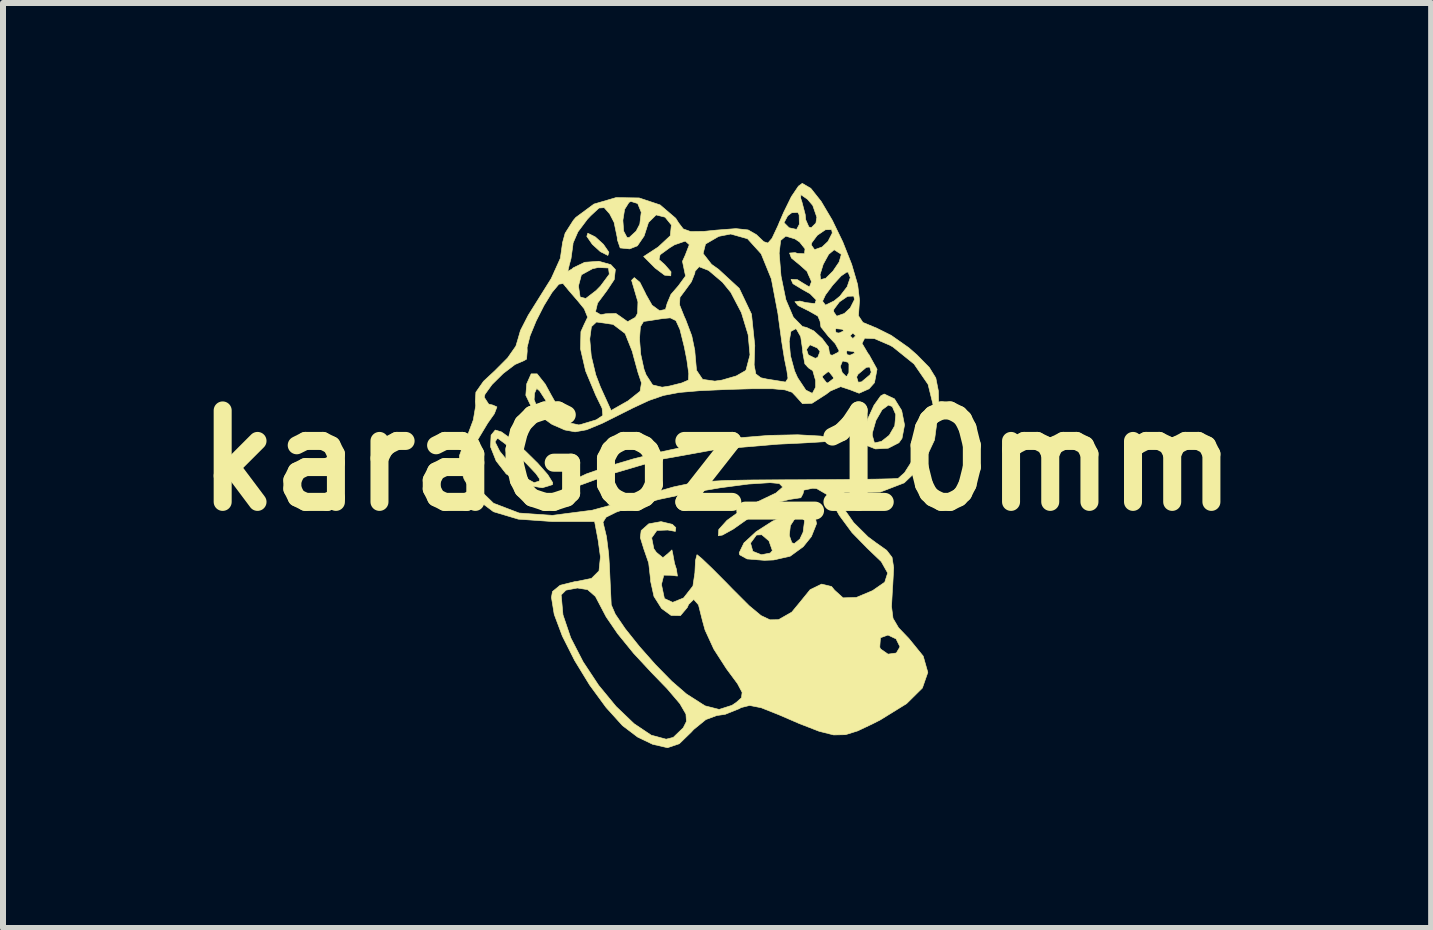
<source format=kicad_pcb>
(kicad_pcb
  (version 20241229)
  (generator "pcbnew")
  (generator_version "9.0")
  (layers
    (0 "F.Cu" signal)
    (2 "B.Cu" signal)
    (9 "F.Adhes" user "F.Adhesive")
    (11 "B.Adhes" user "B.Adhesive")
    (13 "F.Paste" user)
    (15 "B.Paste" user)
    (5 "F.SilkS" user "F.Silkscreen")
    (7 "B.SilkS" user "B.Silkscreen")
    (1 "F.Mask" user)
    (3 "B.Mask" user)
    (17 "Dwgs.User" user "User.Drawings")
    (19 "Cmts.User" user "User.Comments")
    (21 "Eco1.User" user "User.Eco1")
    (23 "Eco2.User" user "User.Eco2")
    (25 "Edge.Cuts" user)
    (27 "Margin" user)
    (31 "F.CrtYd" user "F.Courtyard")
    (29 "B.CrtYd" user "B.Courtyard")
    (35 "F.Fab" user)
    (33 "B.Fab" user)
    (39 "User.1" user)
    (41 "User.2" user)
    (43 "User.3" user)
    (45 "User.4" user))
  (footprint "karaGoz_10mm"
    (layer "F.Cu")
    (at 8.897 4.623)
    (property "Reference" "karaGoz_10mm" (at 0 0 0) (layer "F.SilkS") (effects (font (size 1.524 1.524) (thickness 0.3))))
    (attr through_hole)
    (fp_poly (pts (xy -2.028 -3.725) (xy -1.893 -3.602) (xy -1.802 -3.47) (xy -1.819 -3.417) (xy -1.944 -3.48) (xy -2.078 -3.602) (xy -2.17 -3.735) (xy -2.153 -3.787) (xy -2.028 -3.725)) (stroke (width 0.01) (type solid)) (fill yes) (layer "F.SilkS"))
    (fp_poly (pts (xy 1.722 -0.408) (xy 1.755 -0.403) (xy 1.939 -0.373) (xy 2.013 -0.35) (xy 1.96 -0.33) (xy 1.765 -0.312) (xy 1.414 -0.291) (xy 1.016 -0.272) (xy -0.012 -0.186) (xy -0.932 -0.02) (xy -1.81 0.238) (xy -2.057 0.329) (xy -2.317 0.424) (xy -2.449 0.457) (xy -2.492 0.436) (xy -2.494 0.419) (xy -2.408 0.331) (xy -2.174 0.222) (xy -1.822 0.099) (xy -1.388 -0.029) (xy -0.902 -0.151) (xy -0.398 -0.259) (xy 0.091 -0.343) (xy 0.361 -0.378) (xy 0.866 -0.419) (xy 1.344 -0.429) (xy 1.722 -0.408)) (stroke (width 0.01) (type solid)) (fill yes) (layer "F.SilkS"))
    (fp_poly (pts (xy 2.956 -1.028) (xy 3.076 -0.834) (xy 3.124 -0.592) (xy 3.082 -0.369) (xy 3.03 -0.296) (xy 2.852 -0.205) (xy 2.639 -0.193) (xy 2.474 -0.258) (xy 2.442 -0.305) (xy 2.443 -0.422) (xy 2.586 -0.422) (xy 2.623 -0.293) (xy 2.74 -0.319) (xy 2.869 -0.421) (xy 2.961 -0.579) (xy 2.978 -0.764) (xy 2.92 -0.899) (xy 2.856 -0.924) (xy 2.75 -0.846) (xy 2.647 -0.667) (xy 2.589 -0.464) (xy 2.586 -0.422) (xy 2.443 -0.422) (xy 2.444 -0.466) (xy 2.511 -0.694) (xy 2.615 -0.92) (xy 2.726 -1.076) (xy 2.785 -1.108) (xy 2.956 -1.028)) (stroke (width 0.01) (type solid)) (fill yes) (layer "F.SilkS"))
    (fp_poly (pts (xy -3.593 -0.477) (xy -3.414 -0.349) (xy -3.198 -0.162) (xy -2.987 0.046) (xy -2.82 0.236) (xy -2.738 0.369) (xy -2.742 0.402) (xy -2.911 0.454) (xy -3.178 0.411) (xy -3.292 0.37) (xy -3.513 0.222) (xy -3.681 0.006) (xy -3.773 -0.226) (xy -3.77 -0.311) (xy -3.699 -0.311) (xy -3.621 -0.155) (xy -3.441 0.067) (xy -3.427 0.083) (xy -3.214 0.277) (xy -3.048 0.369) (xy -2.961 0.342) (xy -2.956 0.307) (xy -3.017 0.219) (xy -3.168 0.059) (xy -3.357 -0.125) (xy -3.534 -0.282) (xy -3.648 -0.366) (xy -3.66 -0.369) (xy -3.699 -0.311) (xy -3.77 -0.311) (xy -3.765 -0.423) (xy -3.695 -0.508) (xy -3.593 -0.477)) (stroke (width 0.01) (type solid)) (fill yes) (layer "F.SilkS"))
    (fp_poly (pts (xy 1.626 0.893) (xy 1.658 1.052) (xy 1.572 1.267) (xy 1.436 1.436) (xy 1.219 1.594) (xy 0.943 1.657) (xy 0.789 1.663) (xy 0.501 1.64) (xy 0.377 1.571) (xy 0.369 1.538) (xy 0.447 1.376) (xy 0.558 1.376) (xy 0.596 1.513) (xy 0.739 1.57) (xy 0.888 1.541) (xy 0.922 1.501) (xy 0.865 1.339) (xy 0.759 1.248) (xy 1.204 1.248) (xy 1.246 1.369) (xy 1.287 1.385) (xy 1.38 1.309) (xy 1.434 1.194) (xy 1.459 0.999) (xy 1.385 0.933) (xy 1.299 0.966) (xy 1.222 1.084) (xy 1.204 1.248) (xy 0.759 1.248) (xy 0.747 1.237) (xy 0.657 1.241) (xy 0.558 1.376) (xy 0.447 1.376) (xy 0.449 1.373) (xy 0.652 1.185) (xy 0.926 1.01) (xy 1.218 0.881) (xy 1.473 0.831) (xy 1.626 0.893)) (stroke (width 0.01) (type solid)) (fill yes) (layer "F.SilkS"))
    (fp_poly (pts (xy 1.562 -4.535) (xy 1.735 -4.317) (xy 1.919 -4.006) (xy 2.095 -3.643) (xy 2.243 -3.27) (xy 2.343 -2.929) (xy 2.375 -2.663) (xy 2.37 -2.615) (xy 2.356 -2.413) (xy 2.43 -2.301) (xy 2.637 -2.215) (xy 2.645 -2.213) (xy 2.902 -2.085) (xy 3.195 -1.879) (xy 3.331 -1.76) (xy 3.537 -1.55) (xy 3.645 -1.375) (xy 3.688 -1.158) (xy 3.694 -0.869) (xy 3.624 -0.344) (xy 3.427 0.076) (xy 3.119 0.372) (xy 2.719 0.526) (xy 2.339 0.535) (xy 2.133 0.532) (xy 2.034 0.573) (xy 2.032 0.582) (xy 2.101 0.785) (xy 2.277 1.035) (xy 2.516 1.272) (xy 2.645 1.368) (xy 2.825 1.495) (xy 2.916 1.613) (xy 2.943 1.785) (xy 2.928 2.071) (xy 2.924 2.12) (xy 2.907 2.431) (xy 2.932 2.629) (xy 3.024 2.786) (xy 3.195 2.964) (xy 3.435 3.259) (xy 3.512 3.53) (xy 3.421 3.791) (xy 3.158 4.051) (xy 2.718 4.323) (xy 2.592 4.387) (xy 2.343 4.505) (xy 2.141 4.568) (xy 1.942 4.572) (xy 1.7 4.511) (xy 1.368 4.382) (xy 1.035 4.238) (xy 0.736 4.119) (xy 0.543 4.081) (xy 0.402 4.116) (xy 0.367 4.136) (xy 0.135 4.229) (xy -0.005 4.249) (xy -0.186 4.316) (xy -0.39 4.482) (xy -0.43 4.526) (xy -0.629 4.719) (xy -0.825 4.785) (xy -1.073 4.728) (xy -1.323 4.608) (xy -1.575 4.417) (xy -1.849 4.114) (xy -2.123 3.74) (xy -2.373 3.331) (xy -2.577 2.926) (xy -2.713 2.563) (xy -2.759 2.28) (xy -2.752 2.24) (xy -2.597 2.24) (xy -2.567 2.572) (xy -2.438 2.953) (xy -2.232 3.353) (xy -1.973 3.745) (xy -1.682 4.098) (xy -1.382 4.385) (xy -1.097 4.576) (xy -0.848 4.643) (xy -0.729 4.613) (xy -0.563 4.453) (xy -0.51 4.348) (xy -0.518 4.225) (xy -0.619 4.051) (xy -0.831 3.802) (xy -1.09 3.535) (xy -1.391 3.211) (xy -1.657 2.884) (xy -1.847 2.606) (xy -1.897 2.511) (xy -2.026 2.265) (xy -2.157 2.151) (xy -2.327 2.124) (xy -2.517 2.16) (xy -2.597 2.24) (xy -2.752 2.24) (xy -2.742 2.183) (xy -2.615 2.079) (xy -2.366 2.017) (xy -2.338 2.015) (xy -2.092 1.964) (xy -1.967 1.839) (xy -1.943 1.605) (xy -1.981 1.33) (xy -2.038 1.027) (xy -1.9 1.027) (xy -1.885 1.091) (xy -1.842 1.269) (xy -1.806 1.554) (xy -1.793 1.755) (xy -1.779 2.065) (xy -1.767 2.312) (xy -1.763 2.403) (xy -1.696 2.559) (xy -1.529 2.804) (xy -1.294 3.098) (xy -1.025 3.402) (xy -0.754 3.678) (xy -0.515 3.885) (xy -0.506 3.892) (xy -0.201 4.087) (xy 0.035 4.147) (xy 0.248 4.079) (xy 0.32 4.031) (xy 0.407 3.953) (xy 0.418 3.863) (xy 0.341 3.718) (xy 0.161 3.475) (xy 0.152 3.462) (xy -0.052 3.145) (xy -0.068 3.111) (xy 2.711 3.111) (xy 2.725 3.14) (xy 2.849 3.226) (xy 2.987 3.207) (xy 3.048 3.104) (xy 2.983 2.972) (xy 2.848 2.908) (xy 2.728 2.951) (xy 2.722 2.96) (xy 2.711 3.111) (xy -0.068 3.111) (xy -0.2 2.824) (xy -0.244 2.664) (xy -0.309 2.405) (xy -0.388 2.314) (xy -0.474 2.398) (xy -0.495 2.448) (xy -0.61 2.584) (xy -0.765 2.581) (xy -0.924 2.465) (xy -1.051 2.264) (xy -1.108 2.006) (xy -1.108 1.978) (xy -1.139 1.707) (xy -1.213 1.493) (xy -1.215 1.489) (xy -1.278 1.285) (xy -1.264 1.167) (xy -1.138 1.055) (xy -0.933 1.018) (xy -0.745 1.063) (xy -0.687 1.118) (xy -0.694 1.181) (xy -0.82 1.158) (xy -1.002 1.165) (xy -1.089 1.288) (xy -1.053 1.47) (xy -1.011 1.53) (xy -0.902 1.619) (xy -0.818 1.551) (xy -0.752 1.489) (xy -0.74 1.54) (xy -0.708 1.715) (xy -0.677 1.81) (xy -0.66 1.925) (xy -0.769 1.912) (xy -0.887 1.91) (xy -0.923 2.051) (xy -0.924 2.076) (xy -0.877 2.299) (xy -0.739 2.363) (xy -0.558 2.29) (xy -0.402 2.091) (xy -0.369 1.871) (xy -0.359 1.666) (xy -0.335 1.571) (xy -0.332 1.57) (xy -0.256 1.632) (xy -0.083 1.797) (xy 0.153 2.034) (xy 0.254 2.138) (xy 0.536 2.42) (xy 0.734 2.584) (xy 0.882 2.654) (xy 1.015 2.652) (xy 1.031 2.648) (xy 1.245 2.526) (xy 1.383 2.359) (xy 1.551 2.152) (xy 1.742 2.059) (xy 1.908 2.099) (xy 1.958 2.16) (xy 2.1 2.288) (xy 2.322 2.281) (xy 2.591 2.168) (xy 2.794 2.027) (xy 2.843 1.874) (xy 2.736 1.684) (xy 2.503 1.461) (xy 2.25 1.202) (xy 2.036 0.912) (xy 1.978 0.807) (xy 1.826 0.564) (xy 1.659 0.467) (xy 1.594 0.462) (xy 1.447 0.493) (xy 1.432 0.554) (xy 1.396 0.62) (xy 1.218 0.647) (xy 1.213 0.647) (xy 0.931 0.718) (xy 0.583 0.919) (xy 0.506 0.976) (xy 0.268 1.144) (xy 0.09 1.242) (xy 0.022 1.254) (xy 0.029 1.149) (xy 0.165 0.998) (xy 0.393 0.833) (xy 0.676 0.686) (xy 0.702 0.675) (xy 0.982 0.541) (xy 1.095 0.442) (xy 1.037 0.383) (xy 0.884 0.369) (xy 0.525 0.392) (xy 0.054 0.454) (xy -0.462 0.542) (xy -0.957 0.646) (xy -1.358 0.751) (xy -1.677 0.859) (xy -1.848 0.944) (xy -1.9 1.027) (xy -2.038 1.027) (xy -2.04 1.016) (xy -2.752 1.016) (xy -3.311 0.977) (xy -3.725 0.853) (xy -4.019 0.632) (xy -4.213 0.313) (xy -4.282 0.116) (xy -4.126 0.116) (xy -4.023 0.42) (xy -4.021 0.424) (xy -3.724 0.712) (xy -3.297 0.875) (xy -2.747 0.914) (xy -2.08 0.828) (xy -1.328 0.624) (xy -0.995 0.517) (xy -0.721 0.439) (xy -0.465 0.385) (xy -0.188 0.351) (xy 0.15 0.332) (xy 0.589 0.324) (xy 1.167 0.321) (xy 1.247 0.321) (xy 1.787 0.319) (xy 2.267 0.315) (xy 2.653 0.31) (xy 2.914 0.304) (xy 3.017 0.298) (xy 3.124 0.203) (xy 3.261 -0.012) (xy 3.403 -0.293) (xy 3.522 -0.585) (xy 3.593 -0.834) (xy 3.602 -0.919) (xy 3.516 -1.269) (xy 3.282 -1.609) (xy 2.932 -1.891) (xy 2.884 -1.919) (xy 2.624 -2.031) (xy 2.46 -2.038) (xy 2.416 -1.952) (xy 2.516 -1.782) (xy 2.531 -1.765) (xy 2.666 -1.521) (xy 2.623 -1.296) (xy 2.533 -1.195) (xy 2.367 -1.121) (xy 2.217 -1.179) (xy 2.06 -1.231) (xy 1.89 -1.159) (xy 1.817 -1.104) (xy 1.583 -0.954) (xy 1.424 -0.947) (xy 1.311 -1.073) (xy 1.25 -1.137) (xy 1.132 -1.177) (xy 0.924 -1.196) (xy 0.594 -1.196) (xy 0.175 -1.184) (xy -0.293 -1.163) (xy -0.631 -1.134) (xy -0.893 -1.084) (xy -1.133 -1.001) (xy -1.406 -0.874) (xy -1.545 -0.804) (xy -1.917 -0.618) (xy -2.175 -0.512) (xy -2.365 -0.478) (xy -2.536 -0.509) (xy -2.735 -0.596) (xy -2.757 -0.607) (xy -3.061 -0.825) (xy -3.152 -1.016) (xy -3.048 -1.016) (xy -2.989 -0.864) (xy -2.906 -0.831) (xy -2.814 -0.863) (xy -2.849 -0.989) (xy -2.863 -1.016) (xy -2.957 -1.161) (xy -3.005 -1.201) (xy -3.04 -1.123) (xy -3.048 -1.016) (xy -3.152 -1.016) (xy -3.186 -1.087) (xy -3.171 -1.278) (xy -3.097 -1.444) (xy -2.998 -1.444) (xy -2.863 -1.274) (xy -2.76 -1.085) (xy -2.587 -0.78) (xy -2.443 -0.624) (xy -2.303 -0.593) (xy -2.271 -0.6) (xy -2.013 -0.678) (xy -1.903 -0.751) (xy -1.915 -0.871) (xy -2.021 -1.088) (xy -2.19 -1.493) (xy -2.275 -1.861) (xy -2.271 -2.025) (xy -2.121 -2.025) (xy -2.096 -1.742) (xy -2.021 -1.429) (xy -1.943 -1.225) (xy -1.765 -0.834) (xy -1.483 -0.994) (xy -1.282 -1.154) (xy -1.259 -1.293) (xy -1.317 -1.467) (xy -1.39 -1.732) (xy -1.412 -1.817) (xy -1.495 -2.025) (xy -1.292 -2.025) (xy -1.271 -1.768) (xy -1.217 -1.521) (xy -1.182 -1.428) (xy -1.073 -1.259) (xy -0.915 -1.222) (xy -0.797 -1.24) (xy -0.588 -1.292) (xy -0.477 -1.34) (xy -0.471 -1.447) (xy -0.503 -1.677) (xy -0.546 -1.895) (xy -0.618 -2.184) (xy -0.685 -2.331) (xy -0.779 -2.377) (xy -0.908 -2.365) (xy -1.116 -2.332) (xy -1.224 -2.317) (xy -1.277 -2.229) (xy -1.292 -2.025) (xy -1.495 -2.025) (xy -1.531 -2.116) (xy -1.731 -2.268) (xy -2.009 -2.308) (xy -2.093 -2.23) (xy -2.121 -2.025) (xy -2.271 -2.025) (xy -2.268 -2.147) (xy -2.214 -2.267) (xy -2.156 -2.388) (xy -2.213 -2.528) (xy -2.319 -2.658) (xy -2.471 -2.834) (xy -2.531 -2.908) (xy -2.309 -2.908) (xy -2.281 -2.725) (xy -2.187 -2.7) (xy -2.015 -2.832) (xy -1.94 -2.909) (xy -1.795 -3.104) (xy -1.809 -3.208) (xy -1.981 -3.216) (xy -2.074 -3.196) (xy -2.26 -3.094) (xy -2.309 -2.908) (xy -2.531 -2.908) (xy -2.559 -2.941) (xy -2.564 -2.949) (xy -2.635 -2.938) (xy -2.75 -2.8) (xy -2.884 -2.581) (xy -3.014 -2.325) (xy -3.116 -2.077) (xy -3.165 -1.883) (xy -3.163 -1.824) (xy -3.174 -1.689) (xy -3.219 -1.663) (xy -3.366 -1.6) (xy -3.563 -1.45) (xy -3.749 -1.266) (xy -3.866 -1.104) (xy -3.879 -1.054) (xy -3.805 -0.94) (xy -3.736 -0.924) (xy -3.667 -0.893) (xy -3.71 -0.78) (xy -3.821 -0.623) (xy -4.059 -0.227) (xy -4.126 0.116) (xy -4.282 0.116) (xy -4.29 0.093) (xy -4.292 -0.082) (xy -4.211 -0.301) (xy -4.164 -0.401) (xy -4.061 -0.676) (xy -4.021 -0.914) (xy -4.028 -0.98) (xy -4.018 -1.138) (xy -3.891 -1.32) (xy -3.702 -1.496) (xy -3.489 -1.71) (xy -3.352 -1.906) (xy -3.325 -1.995) (xy -3.275 -2.168) (xy -3.146 -2.42) (xy -3.042 -2.586) (xy -2.763 -3.032) (xy -2.709 -3.151) (xy -2.487 -3.151) (xy -2.417 -3.191) (xy -2.397 -3.21) (xy -2.205 -3.303) (xy -1.97 -3.32) (xy -1.77 -3.264) (xy -1.694 -3.182) (xy -1.713 -3.015) (xy -1.836 -2.83) (xy -1.991 -2.622) (xy -2.025 -2.479) (xy -1.937 -2.429) (xy -1.855 -2.445) (xy -1.685 -2.45) (xy -1.619 -2.405) (xy -1.489 -2.313) (xy -1.36 -2.386) (xy -1.324 -2.454) (xy -1.318 -2.643) (xy -1.371 -2.823) (xy -1.424 -3.003) (xy -1.379 -3.048) (xy -1.286 -2.97) (xy -1.191 -2.782) (xy -1.187 -2.771) (xy -1.083 -2.588) (xy -0.958 -2.497) (xy -0.859 -2.517) (xy -0.838 -2.594) (xy -0.625 -2.594) (xy -0.545 -2.394) (xy -0.524 -2.35) (xy -0.421 -2.077) (xy -0.37 -1.832) (xy -0.369 -1.806) (xy -0.342 -1.503) (xy -0.24 -1.352) (xy -0.037 -1.323) (xy 0.082 -1.34) (xy 0.32 -1.409) (xy 0.472 -1.496) (xy 0.483 -1.509) (xy 0.549 -1.76) (xy 0.518 -2.097) (xy 0.406 -2.464) (xy 0.23 -2.8) (xy 0.091 -2.971) (xy -0.14 -3.167) (xy -0.299 -3.229) (xy -0.368 -3.151) (xy -0.369 -3.125) (xy -0.427 -2.978) (xy -0.524 -2.845) (xy -0.618 -2.719) (xy -0.625 -2.594) (xy -0.838 -2.594) (xy -0.831 -2.618) (xy -0.768 -2.768) (xy -0.644 -2.911) (xy -0.525 -3.074) (xy -0.545 -3.169) (xy -0.576 -3.319) (xy -0.528 -3.425) (xy -0.519 -3.449) (xy -0.232 -3.449) (xy -0.092 -3.269) (xy 0.025 -3.186) (xy 0.37 -2.868) (xy 0.574 -2.439) (xy 0.629 -1.914) (xy 0.627 -1.874) (xy 0.618 -1.592) (xy 0.646 -1.443) (xy 0.73 -1.379) (xy 0.831 -1.357) (xy 1.039 -1.324) (xy 1.142 -1.307) (xy 1.182 -1.37) (xy 1.163 -1.501) (xy 1.124 -1.69) (xy 1.077 -1.984) (xy 1.202 -1.984) (xy 1.223 -1.747) (xy 1.292 -1.493) (xy 1.342 -1.381) (xy 1.48 -1.173) (xy 1.588 -1.119) (xy 1.642 -1.221) (xy 1.642 -1.333) (xy 1.627 -1.385) (xy 1.755 -1.385) (xy 1.825 -1.296) (xy 1.847 -1.293) (xy 1.937 -1.363) (xy 1.94 -1.385) (xy 1.935 -1.391) (xy 2.326 -1.391) (xy 2.352 -1.305) (xy 2.407 -1.31) (xy 2.547 -1.427) (xy 2.569 -1.472) (xy 2.544 -1.558) (xy 2.488 -1.553) (xy 2.348 -1.436) (xy 2.326 -1.391) (xy 1.935 -1.391) (xy 1.869 -1.475) (xy 1.847 -1.478) (xy 1.758 -1.408) (xy 1.755 -1.385) (xy 1.627 -1.385) (xy 1.595 -1.497) (xy 1.527 -1.541) (xy 1.502 -1.568) (xy 2.054 -1.568) (xy 2.086 -1.465) (xy 2.157 -1.395) (xy 2.197 -1.465) (xy 2.198 -1.609) (xy 2.18 -1.638) (xy 2.091 -1.659) (xy 2.054 -1.568) (xy 1.502 -1.568) (xy 1.463 -1.61) (xy 1.428 -1.802) (xy 1.427 -1.841) (xy 1.425 -1.851) (xy 1.491 -1.851) (xy 1.521 -1.76) (xy 1.636 -1.703) (xy 1.677 -1.718) (xy 1.716 -1.816) (xy 1.672 -1.875) (xy 1.548 -1.928) (xy 1.491 -1.851) (xy 1.425 -1.851) (xy 1.394 -2.064) (xy 1.322 -2.19) (xy 1.311 -2.195) (xy 1.231 -2.152) (xy 1.202 -1.984) (xy 1.077 -1.984) (xy 1.075 -2.002) (xy 1.024 -2.374) (xy 1.015 -2.447) (xy 0.905 -3.026) (xy 0.735 -3.444) (xy 0.725 -3.455) (xy 1.035 -3.455) (xy 1.065 -3.084) (xy 1.067 -3.069) (xy 1.147 -2.679) (xy 1.271 -2.388) (xy 1.423 -2.233) (xy 1.492 -2.217) (xy 1.612 -2.16) (xy 1.753 -2.031) (xy 1.857 -1.893) (xy 1.87 -1.809) (xy 1.887 -1.759) (xy 1.924 -1.755) (xy 2.026 -1.807) (xy 2.028 -1.816) (xy 2.155 -1.816) (xy 2.168 -1.762) (xy 2.217 -1.755) (xy 2.293 -1.789) (xy 2.278 -1.816) (xy 2.169 -1.828) (xy 2.155 -1.816) (xy 2.028 -1.816) (xy 2.032 -1.833) (xy 1.97 -1.947) (xy 1.849 -2.076) (xy 1.848 -2.078) (xy 2.217 -2.078) (xy 2.263 -2.032) (xy 2.309 -2.078) (xy 2.263 -2.124) (xy 2.217 -2.078) (xy 1.848 -2.078) (xy 1.762 -2.186) (xy 1.97 -2.186) (xy 1.983 -2.131) (xy 2.032 -2.124) (xy 2.108 -2.158) (xy 2.094 -2.186) (xy 1.984 -2.197) (xy 1.97 -2.186) (xy 1.762 -2.186) (xy 1.731 -2.224) (xy 1.716 -2.322) (xy 1.679 -2.407) (xy 1.546 -2.483) (xy 1.94 -2.483) (xy 1.994 -2.405) (xy 2.121 -2.45) (xy 2.219 -2.542) (xy 2.29 -2.682) (xy 2.278 -2.74) (xy 2.175 -2.736) (xy 2.039 -2.643) (xy 1.947 -2.52) (xy 1.94 -2.483) (xy 1.546 -2.483) (xy 1.53 -2.492) (xy 1.351 -2.581) (xy 1.297 -2.646) (xy 1.381 -2.657) (xy 1.478 -2.632) (xy 1.631 -2.614) (xy 1.645 -2.655) (xy 1.758 -2.655) (xy 1.807 -2.589) (xy 1.952 -2.66) (xy 2.048 -2.739) (xy 2.168 -2.895) (xy 2.22 -3.049) (xy 2.184 -3.137) (xy 2.162 -3.14) (xy 2.067 -3.075) (xy 1.929 -2.924) (xy 1.807 -2.76) (xy 1.758 -2.655) (xy 1.645 -2.655) (xy 1.652 -2.676) (xy 1.55 -2.779) (xy 1.42 -2.852) (xy 1.265 -2.946) (xy 1.233 -3.018) (xy 1.338 -3.014) (xy 1.429 -2.957) (xy 1.54 -2.891) (xy 1.57 -2.971) (xy 1.57 -2.99) (xy 1.522 -3.098) (xy 1.716 -3.098) (xy 1.726 -3.015) (xy 1.811 -3.036) (xy 1.931 -3.155) (xy 2.034 -3.307) (xy 2.069 -3.427) (xy 2.064 -3.44) (xy 1.954 -3.51) (xy 1.949 -3.51) (xy 1.86 -3.435) (xy 1.769 -3.269) (xy 1.716 -3.098) (xy 1.522 -3.098) (xy 1.499 -3.152) (xy 1.385 -3.254) (xy 1.239 -3.374) (xy 1.208 -3.457) (xy 1.301 -3.464) (xy 1.339 -3.451) (xy 1.457 -3.445) (xy 1.466 -3.527) (xy 1.415 -3.591) (xy 1.57 -3.591) (xy 1.625 -3.513) (xy 1.751 -3.558) (xy 1.849 -3.651) (xy 1.92 -3.79) (xy 1.909 -3.848) (xy 1.806 -3.845) (xy 1.67 -3.752) (xy 1.578 -3.628) (xy 1.57 -3.591) (xy 1.415 -3.591) (xy 1.375 -3.641) (xy 1.299 -3.692) (xy 1.145 -3.739) (xy 1.06 -3.667) (xy 1.035 -3.455) (xy 0.725 -3.455) (xy 0.508 -3.695) (xy 0.228 -3.774) (xy 0.029 -3.735) (xy -0.192 -3.607) (xy -0.232 -3.449) (xy -0.519 -3.449) (xy -0.462 -3.596) (xy -0.529 -3.656) (xy -0.709 -3.594) (xy -0.787 -3.546) (xy -0.949 -3.428) (xy -0.967 -3.349) (xy -0.871 -3.263) (xy -0.767 -3.144) (xy -0.771 -3.077) (xy -0.874 -3.088) (xy -1.029 -3.205) (xy -1.03 -3.205) (xy -1.223 -3.399) (xy -0.981 -3.557) (xy -0.779 -3.745) (xy -0.761 -3.925) (xy -0.865 -4.054) (xy -1.015 -4.092) (xy -1.142 -3.967) (xy -1.215 -3.741) (xy -1.327 -3.577) (xy -1.456 -3.526) (xy -1.614 -3.542) (xy -1.662 -3.682) (xy -1.663 -3.717) (xy -1.716 -3.97) (xy -1.733 -4.002) (xy -1.569 -4.002) (xy -1.556 -3.822) (xy -1.501 -3.718) (xy -1.464 -3.715) (xy -1.348 -3.822) (xy -1.287 -3.938) (xy -1.263 -4.137) (xy -1.322 -4.282) (xy -1.435 -4.317) (xy -1.467 -4.301) (xy -1.54 -4.185) (xy -1.569 -4.002) (xy -1.733 -4.002) (xy -1.789 -4.11) (xy -1.88 -4.213) (xy -1.967 -4.207) (xy -2.105 -4.079) (xy -2.159 -4.022) (xy -2.318 -3.81) (xy -2.399 -3.623) (xy -2.401 -3.596) (xy -2.433 -3.364) (xy -2.461 -3.263) (xy -2.487 -3.151) (xy -2.709 -3.151) (xy -2.611 -3.369) (xy -2.576 -3.614) (xy -2.577 -3.62) (xy -2.531 -3.787) (xy -2.395 -4.001) (xy -2.353 -4.05) (xy -2.051 -4.273) (xy -1.682 -4.381) (xy -1.297 -4.375) (xy -0.949 -4.259) (xy -0.688 -4.036) (xy -0.641 -3.961) (xy -0.563 -3.859) (xy -0.44 -3.815) (xy -0.217 -3.818) (xy -0.011 -3.839) (xy 0.315 -3.864) (xy 0.518 -3.842) (xy 0.655 -3.764) (xy 0.68 -3.74) (xy 0.779 -3.646) (xy 0.848 -3.624) (xy 0.916 -3.702) (xy 1.011 -3.904) (xy 1.036 -3.963) (xy 1.116 -3.963) (xy 1.201 -3.878) (xy 1.326 -3.851) (xy 1.371 -3.935) (xy 1.368 -4.093) (xy 1.346 -4.134) (xy 1.244 -4.128) (xy 1.177 -4.077) (xy 1.116 -3.963) (xy 1.036 -3.963) (xy 1.109 -4.133) (xy 1.225 -4.369) (xy 1.394 -4.369) (xy 1.414 -4.31) (xy 1.469 -4.099) (xy 1.478 -4.01) (xy 1.53 -3.892) (xy 1.57 -3.879) (xy 1.647 -3.956) (xy 1.663 -4.053) (xy 1.595 -4.25) (xy 1.507 -4.353) (xy 1.396 -4.43) (xy 1.394 -4.369) (xy 1.225 -4.369) (xy 1.238 -4.396) (xy 1.357 -4.572) (xy 1.42 -4.618) (xy 1.562 -4.535)) (stroke (width 0.01) (type solid)) (fill yes) (layer "F.SilkS")))
  (gr_rect
    (start -3 -3)
    (end 20.795 12.412)
    (stroke (width 0.1) (type default))
    (fill no)
    (layer "Edge.Cuts")))
</source>
